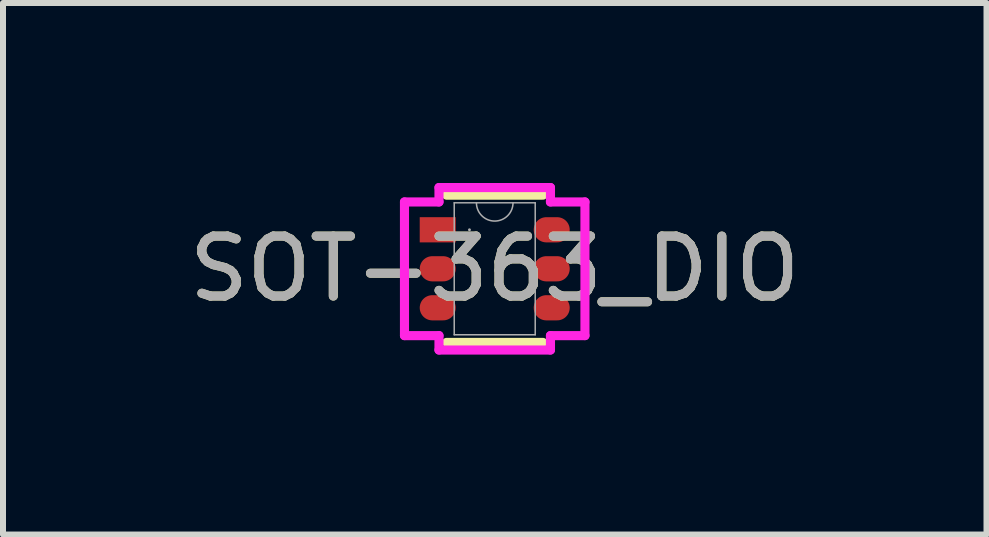
<source format=kicad_pcb>
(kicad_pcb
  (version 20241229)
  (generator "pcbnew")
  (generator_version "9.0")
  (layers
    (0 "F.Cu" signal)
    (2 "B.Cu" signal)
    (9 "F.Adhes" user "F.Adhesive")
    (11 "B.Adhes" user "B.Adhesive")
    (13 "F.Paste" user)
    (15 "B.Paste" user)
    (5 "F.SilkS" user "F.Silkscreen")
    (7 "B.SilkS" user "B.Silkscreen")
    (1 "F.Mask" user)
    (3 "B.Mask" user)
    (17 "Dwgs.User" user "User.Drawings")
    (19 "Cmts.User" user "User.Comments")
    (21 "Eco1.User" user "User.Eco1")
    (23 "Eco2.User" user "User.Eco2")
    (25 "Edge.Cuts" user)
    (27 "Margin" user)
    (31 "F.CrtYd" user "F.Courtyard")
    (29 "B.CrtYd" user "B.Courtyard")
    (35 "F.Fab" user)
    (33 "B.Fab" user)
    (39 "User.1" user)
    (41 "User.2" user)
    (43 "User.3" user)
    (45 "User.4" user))
  (footprint "SOT-363_DIO"
    (layer "F.Cu")
    (at 5.196 1.43)
    (property "Reference" "SOT-363_DIO" (at 0 0 0) (unlocked yes) (layer "F.SilkS") (effects (font (size 1 1) (thickness 0.15))))
    (attr smd)
    (fp_line (start -0.802 1.227) (end 0.802 1.227) (stroke (width 0.152) (type solid)) (layer "F.SilkS"))
    (fp_line (start 0.802 -1.227) (end -0.802 -1.227) (stroke (width 0.152) (type solid)) (layer "F.SilkS"))
    (fp_line (start -1.504 -1.114) (end -0.929 -1.114) (stroke (width 0.152) (type solid)) (layer "F.CrtYd"))
    (fp_line (start -1.504 1.114) (end -1.504 -1.114) (stroke (width 0.152) (type solid)) (layer "F.CrtYd"))
    (fp_line (start -1.504 1.114) (end -0.929 1.114) (stroke (width 0.152) (type solid)) (layer "F.CrtYd"))
    (fp_line (start -0.929 -1.354) (end 0.929 -1.354) (stroke (width 0.152) (type solid)) (layer "F.CrtYd"))
    (fp_line (start -0.929 -1.114) (end -0.929 -1.354) (stroke (width 0.152) (type solid)) (layer "F.CrtYd"))
    (fp_line (start -0.929 1.354) (end -0.929 1.114) (stroke (width 0.152) (type solid)) (layer "F.CrtYd"))
    (fp_line (start 0.929 -1.354) (end 0.929 -1.114) (stroke (width 0.152) (type solid)) (layer "F.CrtYd"))
    (fp_line (start 0.929 1.114) (end 0.929 1.354) (stroke (width 0.152) (type solid)) (layer "F.CrtYd"))
    (fp_line (start 0.929 1.354) (end -0.929 1.354) (stroke (width 0.152) (type solid)) (layer "F.CrtYd"))
    (fp_line (start 1.504 -1.114) (end 0.929 -1.114) (stroke (width 0.152) (type solid)) (layer "F.CrtYd"))
    (fp_line (start 1.504 -1.114) (end 1.504 1.114) (stroke (width 0.152) (type solid)) (layer "F.CrtYd"))
    (fp_line (start 1.504 1.114) (end 0.929 1.114) (stroke (width 0.152) (type solid)) (layer "F.CrtYd"))
    (fp_line (start -0.675 -1.1) (end -0.675 1.1) (stroke (width 0.025) (type solid)) (layer "F.Fab"))
    (fp_line (start -0.675 1.1) (end 0.675 1.1) (stroke (width 0.025) (type solid)) (layer "F.Fab"))
    (fp_line (start 0.675 -1.1) (end -0.675 -1.1) (stroke (width 0.025) (type solid)) (layer "F.Fab"))
    (fp_line (start 0.675 1.1) (end 0.675 -1.1) (stroke (width 0.025) (type solid)) (layer "F.Fab"))
    (fp_arc (start 0.3048 -1.1) (mid 0 -0.7952) (end -0.3048 -1.1) (stroke (width 0.0254) (type solid)) (layer "F.Fab"))
    (fp_circle (center -0.421 -0.65) (end -0.421 -0.65) (stroke (width 0.025) (type solid)) (fill no) (layer "F.Fab"))
    (fp_text user "${REFERENCE}" (at 0 0 0) (unlocked yes) (layer "F.Fab") (effects (font (size 1 1) (thickness 0.15))))
    (pad "1" smd rect (at -0.95 -0.65) (size 0.6 0.42) (layers "F.Cu" "F.Mask" "F.Paste"))
    (pad "2" smd oval (at -0.95 0) (size 0.6 0.42) (layers "F.Cu" "F.Mask" "F.Paste"))
    (pad "3" smd oval (at -0.95 0.65) (size 0.6 0.42) (layers "F.Cu" "F.Mask" "F.Paste"))
    (pad "4" smd oval (at 0.95 0.65) (size 0.6 0.42) (layers "F.Cu" "F.Mask" "F.Paste"))
    (pad "5" smd oval (at 0.95 0) (size 0.6 0.42) (layers "F.Cu" "F.Mask" "F.Paste"))
    (pad "6" smd oval (at 0.95 -0.65) (size 0.6 0.42) (layers "F.Cu" "F.Mask" "F.Paste")))
  (gr_rect
    (start -3 -3)
    (end 13.393 5.86)
    (stroke (width 0.1) (type default))
    (fill no)
    (layer "Edge.Cuts")))
</source>
